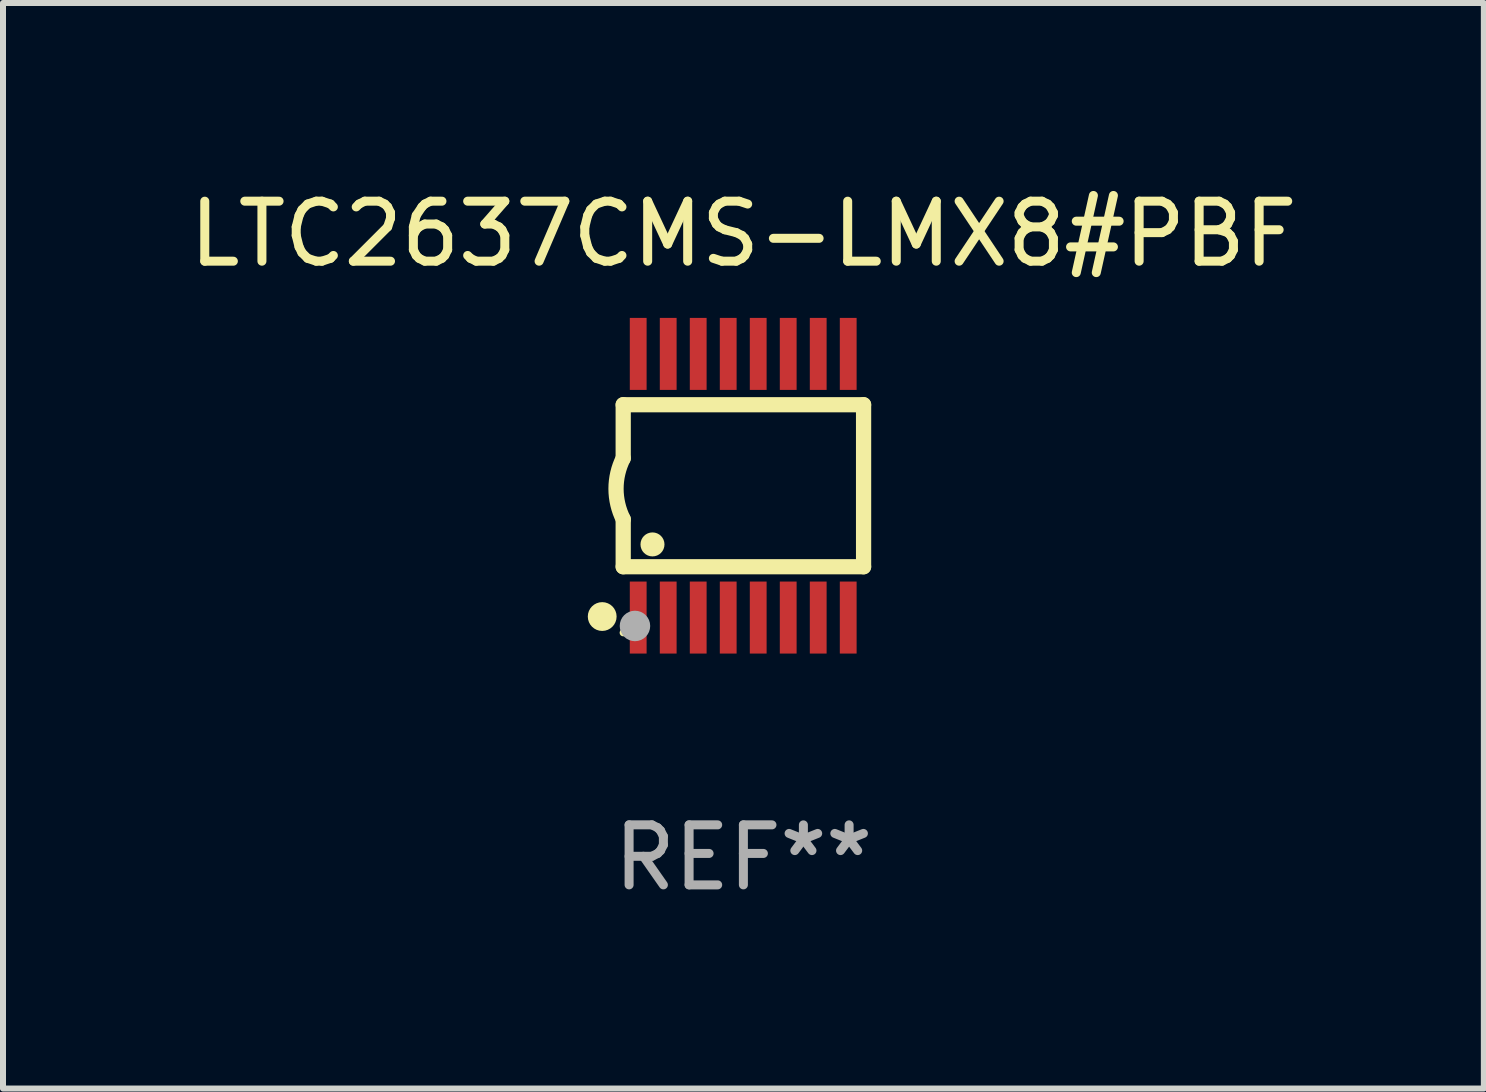
<source format=kicad_pcb>
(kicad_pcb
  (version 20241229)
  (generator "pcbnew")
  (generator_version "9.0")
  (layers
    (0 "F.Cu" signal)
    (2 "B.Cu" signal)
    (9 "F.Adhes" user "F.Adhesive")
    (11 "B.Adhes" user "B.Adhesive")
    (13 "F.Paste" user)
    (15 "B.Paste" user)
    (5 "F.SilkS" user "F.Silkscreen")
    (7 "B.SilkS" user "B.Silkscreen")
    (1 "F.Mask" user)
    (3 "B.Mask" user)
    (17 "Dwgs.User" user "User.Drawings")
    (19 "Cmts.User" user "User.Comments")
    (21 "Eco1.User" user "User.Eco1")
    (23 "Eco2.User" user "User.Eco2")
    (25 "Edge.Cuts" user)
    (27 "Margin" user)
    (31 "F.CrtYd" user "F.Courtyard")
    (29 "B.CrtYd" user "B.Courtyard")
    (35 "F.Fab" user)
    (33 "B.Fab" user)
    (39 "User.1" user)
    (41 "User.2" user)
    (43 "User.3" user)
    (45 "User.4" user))
  (footprint "LTC2637CMS-LMX8#PBF"
    (layer "F.Cu")
    (at 9.339 5.045)
    (property "Reference" "LTC2637CMS-LMX8#PBF" (at 0 -4.197 0) (layer "F.SilkS") (effects (font (size 1 1) (thickness 0.15))))
    (attr through_hole)
    (fp_line (start -2.003 -1.35) (end -2.003 -0.457) (stroke (width 0.254) (type solid)) (layer "F.SilkS"))
    (fp_line (start -2.003 -1.35) (end 2.003 -1.35) (stroke (width 0.254) (type solid)) (layer "F.SilkS"))
    (fp_line (start -2.003 1.35) (end -2.003 0.559) (stroke (width 0.254) (type solid)) (layer "F.SilkS"))
    (fp_line (start -2.003 1.35) (end 2.003 1.35) (stroke (width 0.254) (type solid)) (layer "F.SilkS"))
    (fp_line (start 2.003 -1.35) (end 2.003 1.35) (stroke (width 0.254) (type solid)) (layer "F.SilkS"))
    (fp_arc (start -2.002286 0.558802) (mid -2.122556 0.05092) (end -2.003302 -0.457201) (stroke (width 0.254001) (type solid)) (layer "F.SilkS"))
    (fp_circle (center -2.353 2.18) (end -2.233 2.18) (stroke (width 0.24) (type solid)) (fill no) (layer "F.SilkS"))
    (fp_circle (center -2.003 2.45) (end -1.973 2.45) (stroke (width 0.06) (type solid)) (fill no) (layer "F.SilkS"))
    (fp_circle (center -1.515 0.978) (end -1.415 0.978) (stroke (width 0.2) (type solid)) (fill no) (layer "F.SilkS"))
    (fp_circle (center -1.807 2.337) (end -1.68 2.337) (stroke (width 0.254) (type solid)) (fill no) (layer "F.Fab"))
    (fp_text user "REF**" (at 0 6.197 0) (layer "F.Fab") (effects (font (size 1 1) (thickness 0.15))))
    (pad "1" smd rect (at -1.753 2.197 90) (size 1.2 0.28) (layers "F.Cu" "F.Mask" "F.Paste"))
    (pad "2" smd rect (at -1.253 2.197 90) (size 1.2 0.28) (layers "F.Cu" "F.Mask" "F.Paste"))
    (pad "3" smd rect (at -0.753 2.197 90) (size 1.2 0.28) (layers "F.Cu" "F.Mask" "F.Paste"))
    (pad "4" smd rect (at -0.253 2.197 90) (size 1.2 0.28) (layers "F.Cu" "F.Mask" "F.Paste"))
    (pad "5" smd rect (at 0.247 2.197 90) (size 1.2 0.28) (layers "F.Cu" "F.Mask" "F.Paste"))
    (pad "6" smd rect (at 0.747 2.197 90) (size 1.2 0.28) (layers "F.Cu" "F.Mask" "F.Paste"))
    (pad "7" smd rect (at 1.247 2.197 90) (size 1.2 0.28) (layers "F.Cu" "F.Mask" "F.Paste"))
    (pad "8" smd rect (at 1.747 2.197 90) (size 1.2 0.28) (layers "F.Cu" "F.Mask" "F.Paste"))
    (pad "9" smd rect (at 1.747 -2.197 90) (size 1.2 0.28) (layers "F.Cu" "F.Mask" "F.Paste"))
    (pad "10" smd rect (at 1.247 -2.197 90) (size 1.2 0.28) (layers "F.Cu" "F.Mask" "F.Paste"))
    (pad "11" smd rect (at 0.747 -2.197 90) (size 1.2 0.28) (layers "F.Cu" "F.Mask" "F.Paste"))
    (pad "12" smd rect (at 0.247 -2.197 90) (size 1.2 0.28) (layers "F.Cu" "F.Mask" "F.Paste"))
    (pad "13" smd rect (at -0.253 -2.197 90) (size 1.2 0.28) (layers "F.Cu" "F.Mask" "F.Paste"))
    (pad "14" smd rect (at -0.753 -2.197 90) (size 1.2 0.28) (layers "F.Cu" "F.Mask" "F.Paste"))
    (pad "15" smd rect (at -1.253 -2.197 90) (size 1.2 0.28) (layers "F.Cu" "F.Mask" "F.Paste"))
    (pad "16" smd rect (at -1.753 -2.197 90) (size 1.2 0.28) (layers "F.Cu" "F.Mask" "F.Paste")))
  (gr_rect
    (start -3 -3)
    (end 21.679 15.091)
    (stroke (width 0.1) (type default))
    (fill no)
    (layer "Edge.Cuts")))
</source>
